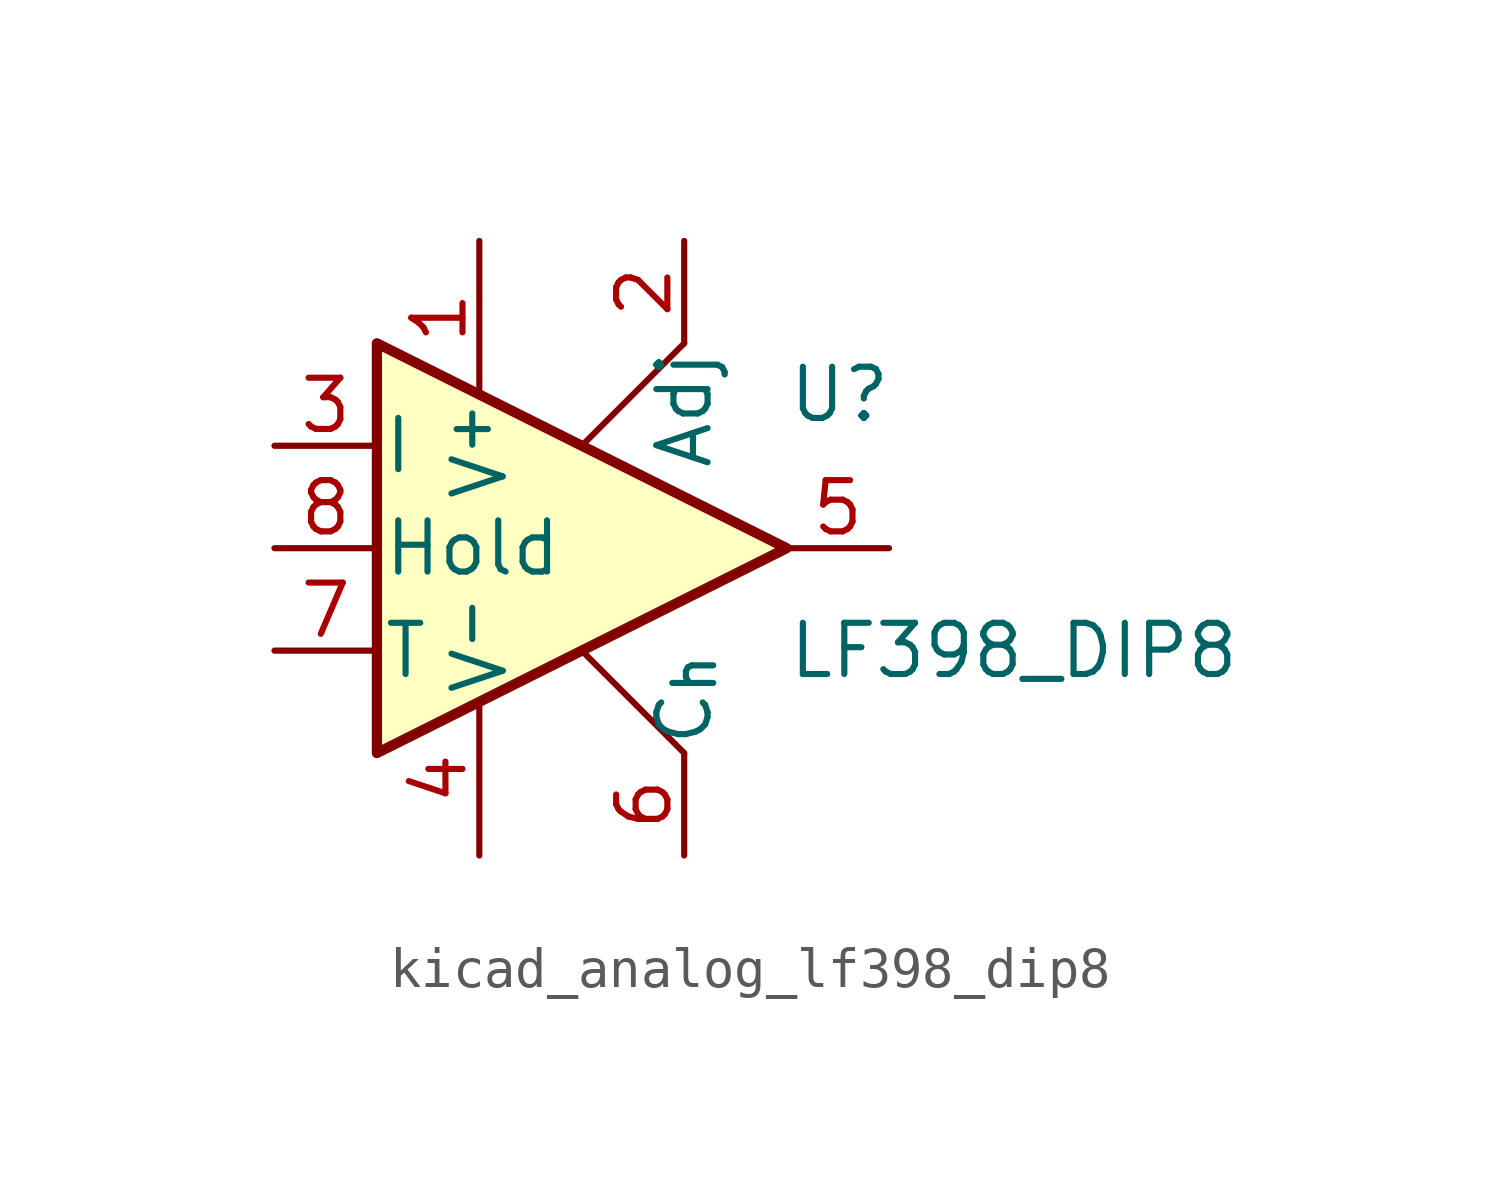
<source format=kicad_sym>
(kicad_symbol_lib
  (version 20220914)
  (generator kicad_symbol_editor)
  (symbol "kicad_analog_lf398_dip8"
    (pin_names
      (offset 0.127))
    (property "Reference" "U"
      (at 5.08 3.81 0)
      (effects (font (size 1.27 1.27)) (justify left)))
    (property "Value" "LF398_DIP8"
      (at 5.08 -2.54 0)
      (effects (font (size 1.27 1.27)) (justify left)))
    (symbol "kicad_analog_lf398_dip8_0_1"
      (polyline (pts (xy 0 -2.54) (xy 2.54 -5.08)) (stroke (width 0) (type default)) (fill (type none)))
      (polyline (pts (xy 2.54 5.08) (xy 0 2.54)) (stroke (width 0) (type default)) (fill (type none)))
      (polyline (pts (xy -5.08 5.08) (xy 5.08 0) (xy -5.08 -5.08) (xy -5.08 5.08)) (stroke (width 0.254) (type default)) (fill (type background))))
    (symbol "kicad_analog_lf398_dip8_1_1"
      (pin passive line (at -2.54 7.62 270) (length 3.81) (name "V^{+}" (effects (font (size 1.27 1.27)))) (number "1" (effects (font (size 1.27 1.27)))))
      (pin passive line (at 2.54 7.62 270) (length 2.54) (name "Adj" (effects (font (size 1.27 1.27)))) (number "2" (effects (font (size 1.27 1.27)))))
      (pin input line (at -7.62 2.54 0) (length 2.54) (name "I" (effects (font (size 1.27 1.27)))) (number "3" (effects (font (size 1.27 1.27)))))
      (pin passive line (at -2.54 -7.62 90) (length 3.81) (name "V^{-}" (effects (font (size 1.27 1.27)))) (number "4" (effects (font (size 1.27 1.27)))))
      (pin output line (at 7.62 0 180) (length 2.54) (name "~" (effects (font (size 1.27 1.27)))) (number "5" (effects (font (size 1.27 1.27)))))
      (pin passive line (at 2.54 -7.62 90) (length 2.54) (name "C_{h}" (effects (font (size 1.27 1.27)))) (number "6" (effects (font (size 1.27 1.27)))))
      (pin passive line (at -7.62 -2.54 0) (length 2.54) (name "T" (effects (font (size 1.27 1.27)))) (number "7" (effects (font (size 1.27 1.27)))))
      (pin input line (at -7.62 0 0) (length 2.54) (name "Hold" (effects (font (size 1.27 1.27)))) (number "8" (effects (font (size 1.27 1.27))))))))
</source>
